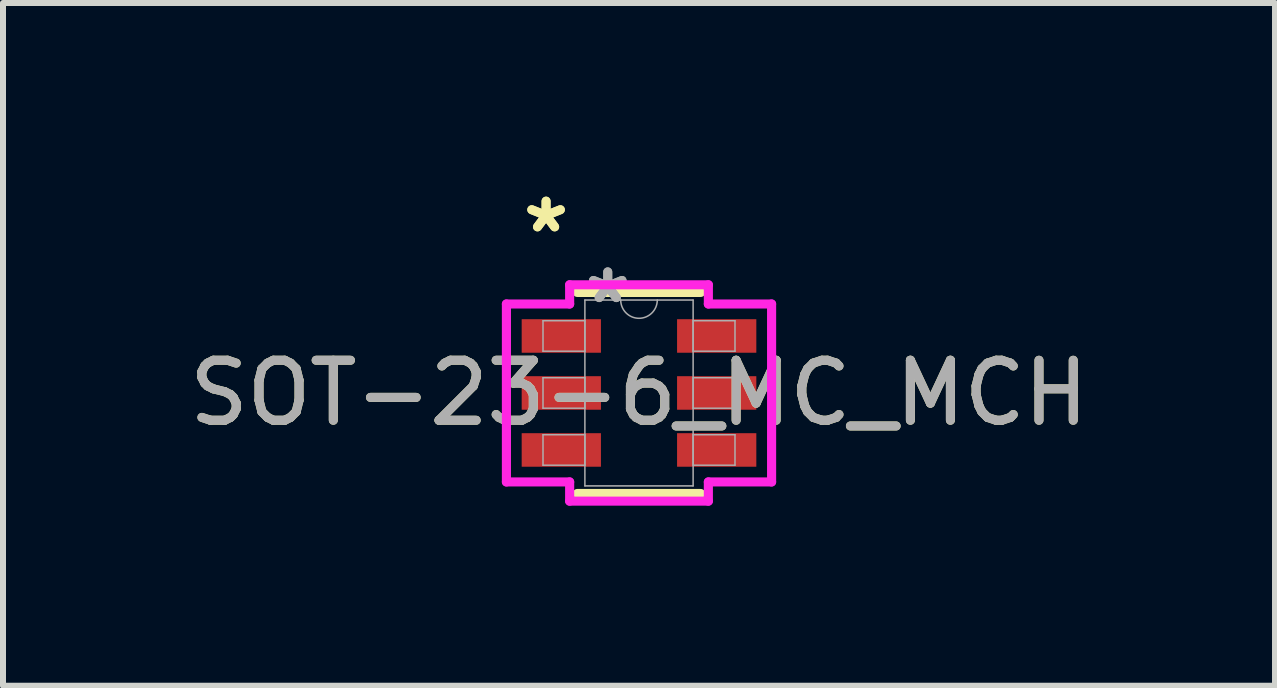
<source format=kicad_pcb>
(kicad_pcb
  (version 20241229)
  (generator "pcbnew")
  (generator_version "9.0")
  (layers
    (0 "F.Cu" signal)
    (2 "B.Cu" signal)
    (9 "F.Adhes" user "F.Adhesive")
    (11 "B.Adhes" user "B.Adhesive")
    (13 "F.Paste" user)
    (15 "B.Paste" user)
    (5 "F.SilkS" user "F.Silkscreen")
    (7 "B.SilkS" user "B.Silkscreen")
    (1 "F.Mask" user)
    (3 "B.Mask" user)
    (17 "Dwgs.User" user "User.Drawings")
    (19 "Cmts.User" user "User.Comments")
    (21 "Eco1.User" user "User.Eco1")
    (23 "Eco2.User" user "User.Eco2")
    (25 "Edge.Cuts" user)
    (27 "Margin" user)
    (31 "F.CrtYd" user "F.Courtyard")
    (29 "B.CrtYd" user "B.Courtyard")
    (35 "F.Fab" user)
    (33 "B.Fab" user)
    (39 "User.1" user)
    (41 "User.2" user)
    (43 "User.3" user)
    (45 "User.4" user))
  (footprint "SOT-23-6_MC_MCH"
    (layer "F.Cu")
    (at 7.601 3.5)
    (property "Reference" "SOT-23-6_MC_MCH" (at 0 0 0) (unlocked yes) (layer "F.SilkS") (effects (font (size 1 1) (thickness 0.15))))
    (attr smd)
    (fp_line (start -1.029 1.676) (end 1.029 1.676) (stroke (width 0.152) (type solid)) (layer "F.SilkS"))
    (fp_line (start 1.029 -1.676) (end -1.029 -1.676) (stroke (width 0.152) (type solid)) (layer "F.SilkS"))
    (fp_line (start -2.21 -1.483) (end -1.156 -1.483) (stroke (width 0.152) (type solid)) (layer "F.CrtYd"))
    (fp_line (start -2.21 1.483) (end -2.21 -1.483) (stroke (width 0.152) (type solid)) (layer "F.CrtYd"))
    (fp_line (start -2.21 1.483) (end -1.156 1.483) (stroke (width 0.152) (type solid)) (layer "F.CrtYd"))
    (fp_line (start -1.156 -1.803) (end 1.156 -1.803) (stroke (width 0.152) (type solid)) (layer "F.CrtYd"))
    (fp_line (start -1.156 -1.483) (end -1.156 -1.803) (stroke (width 0.152) (type solid)) (layer "F.CrtYd"))
    (fp_line (start -1.156 1.803) (end -1.156 1.483) (stroke (width 0.152) (type solid)) (layer "F.CrtYd"))
    (fp_line (start 1.156 -1.803) (end 1.156 -1.483) (stroke (width 0.152) (type solid)) (layer "F.CrtYd"))
    (fp_line (start 1.156 1.483) (end 1.156 1.803) (stroke (width 0.152) (type solid)) (layer "F.CrtYd"))
    (fp_line (start 1.156 1.803) (end -1.156 1.803) (stroke (width 0.152) (type solid)) (layer "F.CrtYd"))
    (fp_line (start 2.21 -1.483) (end 1.156 -1.483) (stroke (width 0.152) (type solid)) (layer "F.CrtYd"))
    (fp_line (start 2.21 -1.483) (end 2.21 1.483) (stroke (width 0.152) (type solid)) (layer "F.CrtYd"))
    (fp_line (start 2.21 1.483) (end 1.156 1.483) (stroke (width 0.152) (type solid)) (layer "F.CrtYd"))
    (fp_line (start -1.6 -1.204) (end -1.6 -0.696) (stroke (width 0.025) (type solid)) (layer "F.Fab"))
    (fp_line (start -1.6 -0.696) (end -0.902 -0.696) (stroke (width 0.025) (type solid)) (layer "F.Fab"))
    (fp_line (start -1.6 -0.254) (end -1.6 0.254) (stroke (width 0.025) (type solid)) (layer "F.Fab"))
    (fp_line (start -1.6 0.254) (end -0.902 0.254) (stroke (width 0.025) (type solid)) (layer "F.Fab"))
    (fp_line (start -1.6 0.696) (end -1.6 1.204) (stroke (width 0.025) (type solid)) (layer "F.Fab"))
    (fp_line (start -1.6 1.204) (end -0.902 1.204) (stroke (width 0.025) (type solid)) (layer "F.Fab"))
    (fp_line (start -0.902 -1.549) (end -0.902 1.549) (stroke (width 0.025) (type solid)) (layer "F.Fab"))
    (fp_line (start -0.902 -1.204) (end -1.6 -1.204) (stroke (width 0.025) (type solid)) (layer "F.Fab"))
    (fp_line (start -0.902 -0.696) (end -0.902 -1.204) (stroke (width 0.025) (type solid)) (layer "F.Fab"))
    (fp_line (start -0.902 -0.254) (end -1.6 -0.254) (stroke (width 0.025) (type solid)) (layer "F.Fab"))
    (fp_line (start -0.902 0.254) (end -0.902 -0.254) (stroke (width 0.025) (type solid)) (layer "F.Fab"))
    (fp_line (start -0.902 0.696) (end -1.6 0.696) (stroke (width 0.025) (type solid)) (layer "F.Fab"))
    (fp_line (start -0.902 1.204) (end -0.902 0.696) (stroke (width 0.025) (type solid)) (layer "F.Fab"))
    (fp_line (start -0.902 1.549) (end 0.902 1.549) (stroke (width 0.025) (type solid)) (layer "F.Fab"))
    (fp_line (start 0.902 -1.549) (end -0.902 -1.549) (stroke (width 0.025) (type solid)) (layer "F.Fab"))
    (fp_line (start 0.902 -1.204) (end 0.902 -0.696) (stroke (width 0.025) (type solid)) (layer "F.Fab"))
    (fp_line (start 0.902 -0.696) (end 1.6 -0.696) (stroke (width 0.025) (type solid)) (layer "F.Fab"))
    (fp_line (start 0.902 -0.254) (end 0.902 0.254) (stroke (width 0.025) (type solid)) (layer "F.Fab"))
    (fp_line (start 0.902 0.254) (end 1.6 0.254) (stroke (width 0.025) (type solid)) (layer "F.Fab"))
    (fp_line (start 0.902 0.696) (end 0.902 1.204) (stroke (width 0.025) (type solid)) (layer "F.Fab"))
    (fp_line (start 0.902 1.204) (end 1.6 1.204) (stroke (width 0.025) (type solid)) (layer "F.Fab"))
    (fp_line (start 0.902 1.549) (end 0.902 -1.549) (stroke (width 0.025) (type solid)) (layer "F.Fab"))
    (fp_line (start 1.6 -1.204) (end 0.902 -1.204) (stroke (width 0.025) (type solid)) (layer "F.Fab"))
    (fp_line (start 1.6 -0.696) (end 1.6 -1.204) (stroke (width 0.025) (type solid)) (layer "F.Fab"))
    (fp_line (start 1.6 -0.254) (end 0.902 -0.254) (stroke (width 0.025) (type solid)) (layer "F.Fab"))
    (fp_line (start 1.6 0.254) (end 1.6 -0.254) (stroke (width 0.025) (type solid)) (layer "F.Fab"))
    (fp_line (start 1.6 0.696) (end 0.902 0.696) (stroke (width 0.025) (type solid)) (layer "F.Fab"))
    (fp_line (start 1.6 1.204) (end 1.6 0.696) (stroke (width 0.025) (type solid)) (layer "F.Fab"))
    (fp_arc (start 0.3048 -1.5494) (mid 0 -1.2446) (end -0.3048 -1.5494) (stroke (width 0.0254) (type solid)) (layer "F.Fab"))
    (fp_text user "*" (at -1.549 -2.652 0) (layer "F.SilkS") (effects (font (size 1 1) (thickness 0.15))))
    (fp_text user "*" (at -1.549 -2.652 0) (unlocked yes) (layer "F.SilkS") (effects (font (size 1 1) (thickness 0.15))))
    (fp_text user "${REFERENCE}" (at 0 0 0) (unlocked yes) (layer "F.Fab") (effects (font (size 1 1) (thickness 0.15))))
    (fp_text user "*" (at -0.521 -1.473 0) (unlocked yes) (layer "F.Fab") (effects (font (size 1 1) (thickness 0.15))))
    (fp_text user "*" (at -0.521 -1.473 0) (layer "F.Fab") (effects (font (size 1 1) (thickness 0.15))))
    (pad "1" smd rect (at -1.295 -0.95) (size 1.321 0.559) (layers "F.Cu" "F.Mask" "F.Paste"))
    (pad "2" smd rect (at -1.295 0) (size 1.321 0.559) (layers "F.Cu" "F.Mask" "F.Paste"))
    (pad "3" smd rect (at -1.295 0.95) (size 1.321 0.559) (layers "F.Cu" "F.Mask" "F.Paste"))
    (pad "4" smd rect (at 1.295 0.95) (size 1.321 0.559) (layers "F.Cu" "F.Mask" "F.Paste"))
    (pad "5" smd rect (at 1.295 0) (size 1.321 0.559) (layers "F.Cu" "F.Mask" "F.Paste"))
    (pad "6" smd rect (at 1.295 -0.95) (size 1.321 0.559) (layers "F.Cu" "F.Mask" "F.Paste")))
  (gr_rect
    (start -3 -3)
    (end 18.202 8.38)
    (stroke (width 0.1) (type default))
    (fill no)
    (layer "Edge.Cuts")))
</source>
